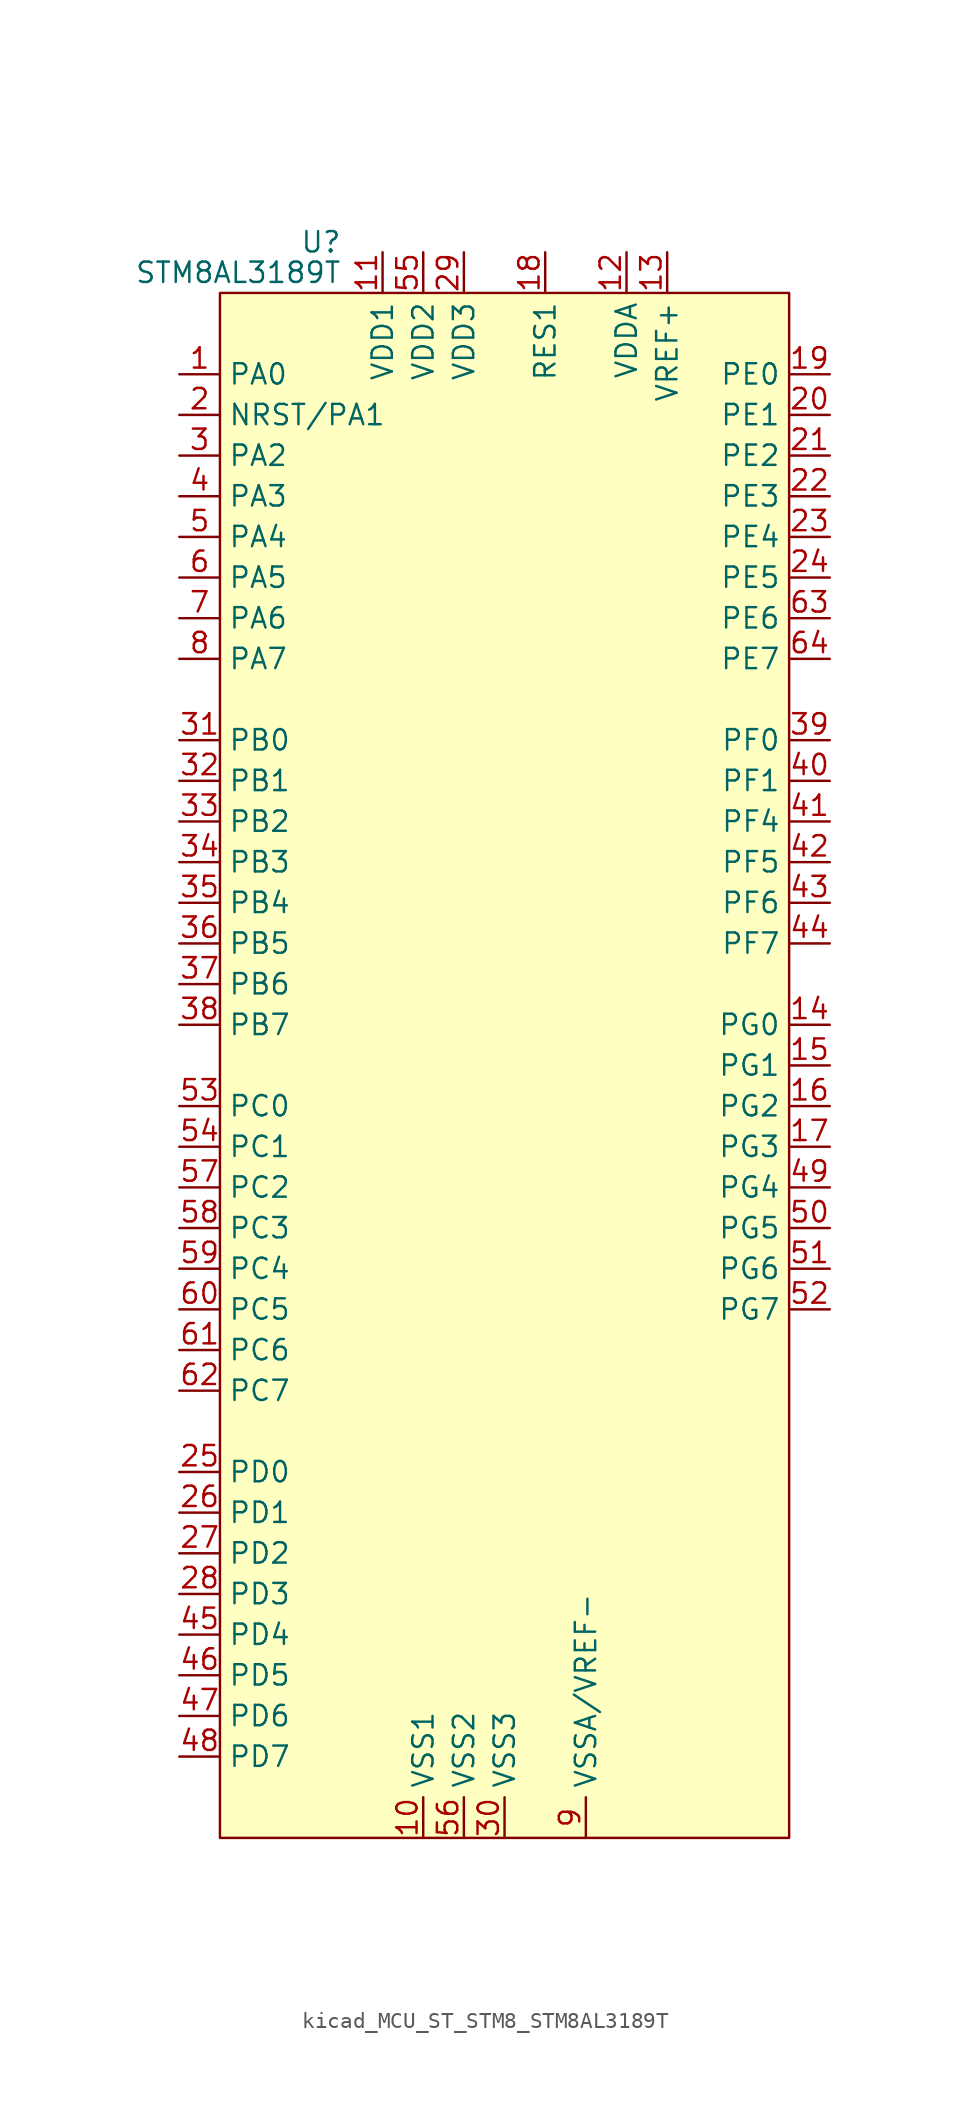
<source format=kicad_sym>
(kicad_symbol_lib
  (version 20220914)
  (generator kicad_symbol_editor)
  (symbol "kicad_MCU_ST_STM8_STM8AL3189T"
    (property "Reference" "U"
      (at -10.16 51.435 0)
      (effects (font (size 1.27 1.27)) (justify right)))
    (property "Value" "STM8AL3189T"
      (at -10.16 49.53 0)
      (effects (font (size 1.27 1.27)) (justify right)))
    (symbol "kicad_MCU_ST_STM8_STM8AL3189T_0_0"
      (pin bidirectional line (at -20.32 43.18 0) (length 2.54) (name "PA0" (effects (font (size 1.27 1.27)))) (number "1" (effects (font (size 1.27 1.27)))))
      (pin power_in line (at -5.08 -48.26 90) (length 2.54) (name "VSS1" (effects (font (size 1.27 1.27)))) (number "10" (effects (font (size 1.27 1.27)))))
      (pin power_in line (at -7.62 50.8 270) (length 2.54) (name "VDD1" (effects (font (size 1.27 1.27)))) (number "11" (effects (font (size 1.27 1.27)))))
      (pin power_in line (at 7.62 50.8 270) (length 2.54) (name "VDDA" (effects (font (size 1.27 1.27)))) (number "12" (effects (font (size 1.27 1.27)))))
      (pin power_in line (at 10.16 50.8 270) (length 2.54) (name "VREF+" (effects (font (size 1.27 1.27)))) (number "13" (effects (font (size 1.27 1.27)))))
      (pin bidirectional line (at 20.32 2.54 180) (length 2.54) (name "PG0" (effects (font (size 1.27 1.27)))) (number "14" (effects (font (size 1.27 1.27)))))
      (pin bidirectional line (at 20.32 0 180) (length 2.54) (name "PG1" (effects (font (size 1.27 1.27)))) (number "15" (effects (font (size 1.27 1.27)))))
      (pin bidirectional line (at 20.32 -2.54 180) (length 2.54) (name "PG2" (effects (font (size 1.27 1.27)))) (number "16" (effects (font (size 1.27 1.27)))))
      (pin bidirectional line (at 20.32 -5.08 180) (length 2.54) (name "PG3" (effects (font (size 1.27 1.27)))) (number "17" (effects (font (size 1.27 1.27)))))
      (pin power_in line (at 2.54 50.8 270) (length 2.54) (name "RES1" (effects (font (size 1.27 1.27)))) (number "18" (effects (font (size 1.27 1.27)))))
      (pin bidirectional line (at 20.32 43.18 180) (length 2.54) (name "PE0" (effects (font (size 1.27 1.27)))) (number "19" (effects (font (size 1.27 1.27)))))
      (pin bidirectional line (at -20.32 40.64 0) (length 2.54) (name "NRST/PA1" (effects (font (size 1.27 1.27)))) (number "2" (effects (font (size 1.27 1.27)))))
      (pin bidirectional line (at 20.32 40.64 180) (length 2.54) (name "PE1" (effects (font (size 1.27 1.27)))) (number "20" (effects (font (size 1.27 1.27)))))
      (pin bidirectional line (at 20.32 38.1 180) (length 2.54) (name "PE2" (effects (font (size 1.27 1.27)))) (number "21" (effects (font (size 1.27 1.27)))))
      (pin bidirectional line (at 20.32 35.56 180) (length 2.54) (name "PE3" (effects (font (size 1.27 1.27)))) (number "22" (effects (font (size 1.27 1.27)))))
      (pin bidirectional line (at 20.32 33.02 180) (length 2.54) (name "PE4" (effects (font (size 1.27 1.27)))) (number "23" (effects (font (size 1.27 1.27)))))
      (pin bidirectional line (at 20.32 30.48 180) (length 2.54) (name "PE5" (effects (font (size 1.27 1.27)))) (number "24" (effects (font (size 1.27 1.27)))))
      (pin bidirectional line (at -20.32 -25.4 0) (length 2.54) (name "PD0" (effects (font (size 1.27 1.27)))) (number "25" (effects (font (size 1.27 1.27)))))
      (pin bidirectional line (at -20.32 -27.94 0) (length 2.54) (name "PD1" (effects (font (size 1.27 1.27)))) (number "26" (effects (font (size 1.27 1.27)))))
      (pin bidirectional line (at -20.32 -30.48 0) (length 2.54) (name "PD2" (effects (font (size 1.27 1.27)))) (number "27" (effects (font (size 1.27 1.27)))))
      (pin bidirectional line (at -20.32 -33.02 0) (length 2.54) (name "PD3" (effects (font (size 1.27 1.27)))) (number "28" (effects (font (size 1.27 1.27)))))
      (pin power_in line (at -2.54 50.8 270) (length 2.54) (name "VDD3" (effects (font (size 1.27 1.27)))) (number "29" (effects (font (size 1.27 1.27)))))
      (pin bidirectional line (at -20.32 38.1 0) (length 2.54) (name "PA2" (effects (font (size 1.27 1.27)))) (number "3" (effects (font (size 1.27 1.27)))))
      (pin power_in line (at 0 -48.26 90) (length 2.54) (name "VSS3" (effects (font (size 1.27 1.27)))) (number "30" (effects (font (size 1.27 1.27)))))
      (pin bidirectional line (at -20.32 20.32 0) (length 2.54) (name "PB0" (effects (font (size 1.27 1.27)))) (number "31" (effects (font (size 1.27 1.27)))))
      (pin bidirectional line (at -20.32 17.78 0) (length 2.54) (name "PB1" (effects (font (size 1.27 1.27)))) (number "32" (effects (font (size 1.27 1.27)))))
      (pin bidirectional line (at -20.32 15.24 0) (length 2.54) (name "PB2" (effects (font (size 1.27 1.27)))) (number "33" (effects (font (size 1.27 1.27)))))
      (pin bidirectional line (at -20.32 12.7 0) (length 2.54) (name "PB3" (effects (font (size 1.27 1.27)))) (number "34" (effects (font (size 1.27 1.27)))))
      (pin bidirectional line (at -20.32 10.16 0) (length 2.54) (name "PB4" (effects (font (size 1.27 1.27)))) (number "35" (effects (font (size 1.27 1.27)))))
      (pin bidirectional line (at -20.32 7.62 0) (length 2.54) (name "PB5" (effects (font (size 1.27 1.27)))) (number "36" (effects (font (size 1.27 1.27)))))
      (pin bidirectional line (at -20.32 5.08 0) (length 2.54) (name "PB6" (effects (font (size 1.27 1.27)))) (number "37" (effects (font (size 1.27 1.27)))))
      (pin bidirectional line (at -20.32 2.54 0) (length 2.54) (name "PB7" (effects (font (size 1.27 1.27)))) (number "38" (effects (font (size 1.27 1.27)))))
      (pin bidirectional line (at 20.32 20.32 180) (length 2.54) (name "PF0" (effects (font (size 1.27 1.27)))) (number "39" (effects (font (size 1.27 1.27)))))
      (pin bidirectional line (at -20.32 35.56 0) (length 2.54) (name "PA3" (effects (font (size 1.27 1.27)))) (number "4" (effects (font (size 1.27 1.27)))))
      (pin bidirectional line (at 20.32 17.78 180) (length 2.54) (name "PF1" (effects (font (size 1.27 1.27)))) (number "40" (effects (font (size 1.27 1.27)))))
      (pin bidirectional line (at 20.32 15.24 180) (length 2.54) (name "PF4" (effects (font (size 1.27 1.27)))) (number "41" (effects (font (size 1.27 1.27)))))
      (pin bidirectional line (at 20.32 12.7 180) (length 2.54) (name "PF5" (effects (font (size 1.27 1.27)))) (number "42" (effects (font (size 1.27 1.27)))))
      (pin bidirectional line (at 20.32 10.16 180) (length 2.54) (name "PF6" (effects (font (size 1.27 1.27)))) (number "43" (effects (font (size 1.27 1.27)))))
      (pin bidirectional line (at 20.32 7.62 180) (length 2.54) (name "PF7" (effects (font (size 1.27 1.27)))) (number "44" (effects (font (size 1.27 1.27)))))
      (pin bidirectional line (at -20.32 -35.56 0) (length 2.54) (name "PD4" (effects (font (size 1.27 1.27)))) (number "45" (effects (font (size 1.27 1.27)))))
      (pin bidirectional line (at -20.32 -38.1 0) (length 2.54) (name "PD5" (effects (font (size 1.27 1.27)))) (number "46" (effects (font (size 1.27 1.27)))))
      (pin bidirectional line (at -20.32 -40.64 0) (length 2.54) (name "PD6" (effects (font (size 1.27 1.27)))) (number "47" (effects (font (size 1.27 1.27)))))
      (pin bidirectional line (at -20.32 -43.18 0) (length 2.54) (name "PD7" (effects (font (size 1.27 1.27)))) (number "48" (effects (font (size 1.27 1.27)))))
      (pin bidirectional line (at 20.32 -7.62 180) (length 2.54) (name "PG4" (effects (font (size 1.27 1.27)))) (number "49" (effects (font (size 1.27 1.27)))))
      (pin bidirectional line (at -20.32 33.02 0) (length 2.54) (name "PA4" (effects (font (size 1.27 1.27)))) (number "5" (effects (font (size 1.27 1.27)))))
      (pin bidirectional line (at 20.32 -10.16 180) (length 2.54) (name "PG5" (effects (font (size 1.27 1.27)))) (number "50" (effects (font (size 1.27 1.27)))))
      (pin bidirectional line (at 20.32 -12.7 180) (length 2.54) (name "PG6" (effects (font (size 1.27 1.27)))) (number "51" (effects (font (size 1.27 1.27)))))
      (pin bidirectional line (at 20.32 -15.24 180) (length 2.54) (name "PG7" (effects (font (size 1.27 1.27)))) (number "52" (effects (font (size 1.27 1.27)))))
      (pin bidirectional line (at -20.32 -2.54 0) (length 2.54) (name "PC0" (effects (font (size 1.27 1.27)))) (number "53" (effects (font (size 1.27 1.27)))))
      (pin bidirectional line (at -20.32 -5.08 0) (length 2.54) (name "PC1" (effects (font (size 1.27 1.27)))) (number "54" (effects (font (size 1.27 1.27)))))
      (pin power_in line (at -5.08 50.8 270) (length 2.54) (name "VDD2" (effects (font (size 1.27 1.27)))) (number "55" (effects (font (size 1.27 1.27)))))
      (pin power_in line (at -2.54 -48.26 90) (length 2.54) (name "VSS2" (effects (font (size 1.27 1.27)))) (number "56" (effects (font (size 1.27 1.27)))))
      (pin bidirectional line (at -20.32 -7.62 0) (length 2.54) (name "PC2" (effects (font (size 1.27 1.27)))) (number "57" (effects (font (size 1.27 1.27)))))
      (pin bidirectional line (at -20.32 -10.16 0) (length 2.54) (name "PC3" (effects (font (size 1.27 1.27)))) (number "58" (effects (font (size 1.27 1.27)))))
      (pin bidirectional line (at -20.32 -12.7 0) (length 2.54) (name "PC4" (effects (font (size 1.27 1.27)))) (number "59" (effects (font (size 1.27 1.27)))))
      (pin bidirectional line (at -20.32 30.48 0) (length 2.54) (name "PA5" (effects (font (size 1.27 1.27)))) (number "6" (effects (font (size 1.27 1.27)))))
      (pin bidirectional line (at -20.32 -15.24 0) (length 2.54) (name "PC5" (effects (font (size 1.27 1.27)))) (number "60" (effects (font (size 1.27 1.27)))))
      (pin bidirectional line (at -20.32 -17.78 0) (length 2.54) (name "PC6" (effects (font (size 1.27 1.27)))) (number "61" (effects (font (size 1.27 1.27)))))
      (pin bidirectional line (at -20.32 -20.32 0) (length 2.54) (name "PC7" (effects (font (size 1.27 1.27)))) (number "62" (effects (font (size 1.27 1.27)))))
      (pin bidirectional line (at 20.32 27.94 180) (length 2.54) (name "PE6" (effects (font (size 1.27 1.27)))) (number "63" (effects (font (size 1.27 1.27)))))
      (pin bidirectional line (at 20.32 25.4 180) (length 2.54) (name "PE7" (effects (font (size 1.27 1.27)))) (number "64" (effects (font (size 1.27 1.27)))))
      (pin bidirectional line (at -20.32 27.94 0) (length 2.54) (name "PA6" (effects (font (size 1.27 1.27)))) (number "7" (effects (font (size 1.27 1.27)))))
      (pin bidirectional line (at -20.32 25.4 0) (length 2.54) (name "PA7" (effects (font (size 1.27 1.27)))) (number "8" (effects (font (size 1.27 1.27)))))
      (pin power_in line (at 5.08 -48.26 90) (length 2.54) (name "VSSA/VREF-" (effects (font (size 1.27 1.27)))) (number "9" (effects (font (size 1.27 1.27))))))
    (symbol "kicad_MCU_ST_STM8_STM8AL3189T_0_1"
      (rectangle (start -17.78 48.26) (end 17.78 -48.26) (stroke (width 0) (type default)) (fill (type background))))))
</source>
